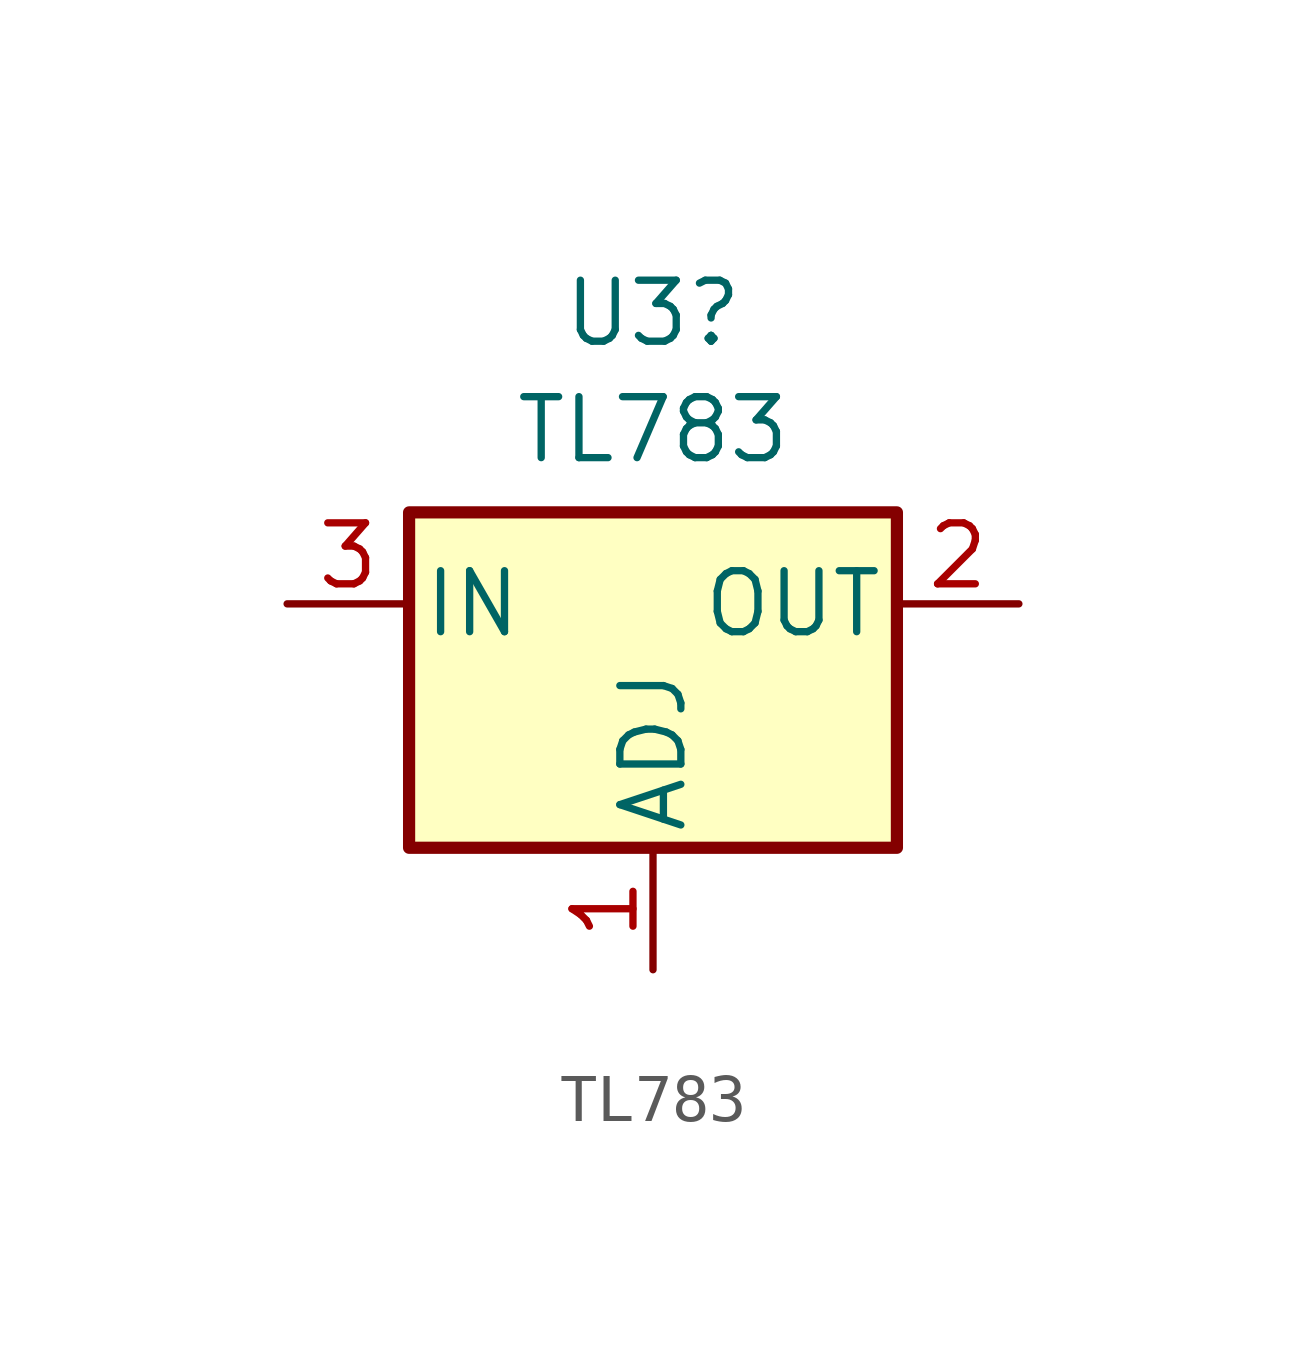
<source format=kicad_sym>
(kicad_symbol_lib
  (version 20231120)
  (generator "kicad_symbol_editor")
  (generator_version "8.0")
  (symbol "TL783"
    (pin_names
      (offset 0.254))
    (property "Reference" "U3"
      (at 0 6.05 0)
      (effects (font (size 1.27 1.27))))
    (property "Value" "TL783"
      (at 0 3.625 0)
      (effects (font (size 1.27 1.27))))
    (symbol "TL783_0_1"
      (rectangle (start -5.08 1.905) (end 5.08 -5.08) (stroke (width 0.254) (type default)) (fill (type background))))
    (symbol "TL783_1_1"
      (pin passive line (at 0 -7.62 90) (length 2.54) (name "ADJ" (effects (font (size 1.27 1.27)))) (number "1" (effects (font (size 1.27 1.27)))))
      (pin power_out line (at 7.62 0 180) (length 2.54) (name "OUT" (effects (font (size 1.27 1.27)))) (number "2" (effects (font (size 1.27 1.27)))))
      (pin power_in line (at -7.62 0 0) (length 2.54) (name "IN" (effects (font (size 1.27 1.27)))) (number "3" (effects (font (size 1.27 1.27))))))))
</source>
